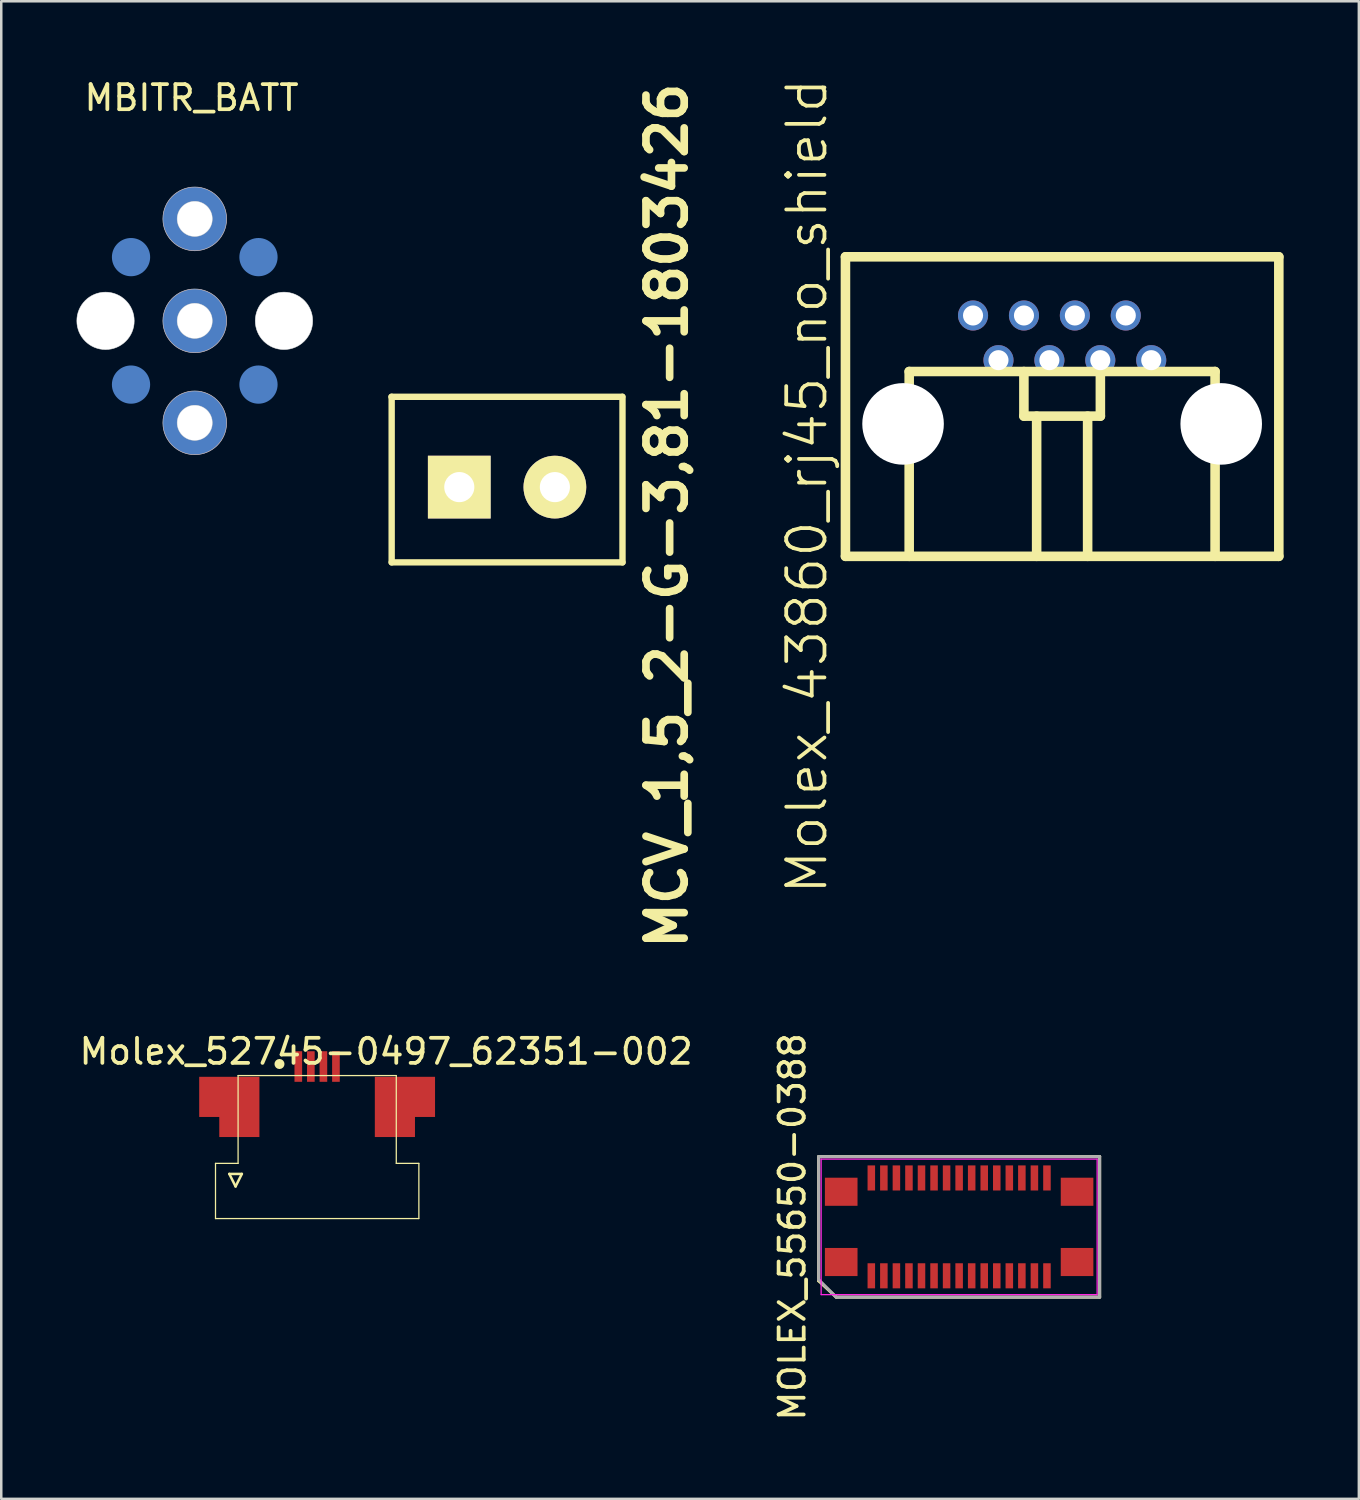
<source format=kicad_pcb>
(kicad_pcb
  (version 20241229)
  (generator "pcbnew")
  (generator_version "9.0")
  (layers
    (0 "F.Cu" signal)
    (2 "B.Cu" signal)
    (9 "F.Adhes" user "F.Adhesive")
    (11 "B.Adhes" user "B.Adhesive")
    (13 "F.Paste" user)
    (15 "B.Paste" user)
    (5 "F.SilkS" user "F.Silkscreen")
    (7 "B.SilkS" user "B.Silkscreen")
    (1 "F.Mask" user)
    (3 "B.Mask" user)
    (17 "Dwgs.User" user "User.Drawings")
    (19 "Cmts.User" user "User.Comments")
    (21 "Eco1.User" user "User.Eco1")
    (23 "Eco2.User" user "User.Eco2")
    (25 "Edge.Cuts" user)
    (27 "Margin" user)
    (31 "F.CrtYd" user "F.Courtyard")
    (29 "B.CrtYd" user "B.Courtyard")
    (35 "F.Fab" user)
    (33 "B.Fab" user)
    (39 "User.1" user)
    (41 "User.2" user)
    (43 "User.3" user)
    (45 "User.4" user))
  (footprint "MBITR_BATT"
    (layer "F.Cu")
    (at 4.712 9.738)
    (property "Reference" "MBITR_BATT" (at -0.127 -8.89 0) (layer "F.SilkS") (effects (font (size 1 1) (thickness 0.15))))
    (attr through_hole)
    (fp_circle (center -3.556 0) (end -2.642 0) (stroke (width 0.025) (type solid)) (fill no) (layer "Dwgs.User"))
    (fp_circle (center -3.556 0) (end -2.413 0) (stroke (width 0.025) (type solid)) (fill no) (layer "Dwgs.User"))
    (fp_circle (center 0 -4.064) (end 0.699 -4.064) (stroke (width 0.025) (type solid)) (fill no) (layer "Dwgs.User"))
    (fp_circle (center 0 -4.064) (end 1.27 -4.064) (stroke (width 0.025) (type solid)) (fill no) (layer "Dwgs.User"))
    (fp_circle (center 0 0) (end 0.699 0) (stroke (width 0.025) (type solid)) (fill no) (layer "Dwgs.User"))
    (fp_circle (center 0 0) (end 1.27 0) (stroke (width 0.025) (type solid)) (fill no) (layer "Dwgs.User"))
    (fp_circle (center 0 4.064) (end 0.699 4.064) (stroke (width 0.025) (type solid)) (fill no) (layer "Dwgs.User"))
    (fp_circle (center 0 4.064) (end 1.27 4.064) (stroke (width 0.025) (type solid)) (fill no) (layer "Dwgs.User"))
    (fp_circle (center 3.556 0) (end 4.47 0) (stroke (width 0.025) (type solid)) (fill no) (layer "Dwgs.User"))
    (fp_circle (center 3.556 0) (end 4.699 0) (stroke (width 0.025) (type solid)) (fill no) (layer "Dwgs.User"))
    (pad "" np_thru_hole circle (at -3.556 0) (size 2.286 2.286) (drill 2.286) (layers "*.Cu" "*.Mask"))
    (pad "" np_thru_hole circle (at 3.556 0) (size 2.286 2.286) (drill 2.286) (layers "*.Cu" "*.Mask"))
    (pad "1" thru_hole circle (at 0 0) (size 2.54 2.54) (drill 1.397) (layers "*.Cu" "*.Mask"))
    (pad "2" thru_hole circle (at 0 -4.064) (size 2.54 2.54) (drill 1.397) (layers "*.Cu" "*.Mask"))
    (pad "2" thru_hole circle (at 0 4.064) (size 2.54 2.54) (drill 1.397) (layers "*.Cu" "*.Mask"))
    (pad "3" smd circle (at -2.54 -2.54) (size 1.524 1.524) (layers "B.Cu"))
    (pad "3" smd circle (at -2.54 2.54) (size 1.524 1.524) (layers "B.Cu"))
    (pad "3" smd circle (at 2.54 -2.54) (size 1.524 1.524) (layers "B.Cu"))
    (pad "3" smd circle (at 2.54 2.54) (size 1.524 1.524) (layers "B.Cu")))
  (footprint "Molex_43860_rj45_no_shield"
    (layer "F.Cu")
    (at 39.282 13.789)
    (property "Reference" "Molex_43860_rj45_no_shield" (at -10.17 2.54 90) (layer "F.SilkS") (effects (font (size 1.524 1.524) (thickness 0.15))))
    (attr through_hole)
    (fp_line (start -8.636 -6.604) (end -8.636 5.334) (stroke (width 0.381) (type solid)) (layer "F.SilkS"))
    (fp_line (start -8.636 -6.604) (end 8.636 -6.604) (stroke (width 0.381) (type solid)) (layer "F.SilkS"))
    (fp_line (start -6.096 -2.032) (end 6.096 -2.032) (stroke (width 0.381) (type solid)) (layer "F.SilkS"))
    (fp_line (start -6.096 5.334) (end -6.096 -2.032) (stroke (width 0.381) (type solid)) (layer "F.SilkS"))
    (fp_line (start -1.524 -0.254) (end -1.524 -2.032) (stroke (width 0.381) (type solid)) (layer "F.SilkS"))
    (fp_line (start -1.016 5.334) (end -1.016 -0.254) (stroke (width 0.381) (type solid)) (layer "F.SilkS"))
    (fp_line (start 1.016 -0.254) (end 1.016 5.334) (stroke (width 0.381) (type solid)) (layer "F.SilkS"))
    (fp_line (start 1.524 -2.032) (end 1.524 -0.254) (stroke (width 0.381) (type solid)) (layer "F.SilkS"))
    (fp_line (start 1.524 -0.254) (end -1.524 -0.254) (stroke (width 0.381) (type solid)) (layer "F.SilkS"))
    (fp_line (start 6.096 -2.032) (end 6.096 5.334) (stroke (width 0.381) (type solid)) (layer "F.SilkS"))
    (fp_line (start 8.636 5.334) (end -8.636 5.334) (stroke (width 0.381) (type solid)) (layer "F.SilkS"))
    (fp_line (start 8.636 5.334) (end 8.636 -6.604) (stroke (width 0.381) (type solid)) (layer "F.SilkS"))
    (pad "" np_thru_hole circle (at -6.34 0.056) (size 3.251 3.251) (drill 3.251) (layers "*.Cu"))
    (pad "" np_thru_hole circle (at 6.34 0.056) (size 3.251 3.251) (drill 3.251) (layers "*.Cu"))
    (pad "1" thru_hole circle (at 3.551 -2.484) (size 1.199 1.199) (drill 0.8) (layers "*.Cu" "*.Mask"))
    (pad "2" thru_hole circle (at 2.537 -4.265) (size 1.199 1.199) (drill 0.8) (layers "*.Cu" "*.Mask"))
    (pad "3" thru_hole circle (at 1.521 -2.484) (size 1.199 1.199) (drill 0.8) (layers "*.Cu" "*.Mask"))
    (pad "4" thru_hole circle (at 0.508 -4.265) (size 1.199 1.199) (drill 0.8) (layers "*.Cu" "*.Mask"))
    (pad "5" thru_hole circle (at -0.508 -2.484) (size 1.199 1.199) (drill 0.8) (layers "*.Cu" "*.Mask"))
    (pad "6" thru_hole circle (at -1.521 -4.265) (size 1.199 1.199) (drill 0.8) (layers "*.Cu" "*.Mask"))
    (pad "7" thru_hole circle (at -2.537 -2.484) (size 1.199 1.199) (drill 0.8) (layers "*.Cu" "*.Mask"))
    (pad "8" thru_hole circle (at -3.551 -4.265) (size 1.199 1.199) (drill 0.8) (layers "*.Cu" "*.Mask")))
  (footprint "MOLEX_55650-0388"
    (layer "F.Cu")
    (at 35.177 45.848)
    (property "Reference" "MOLEX_55650-0388" (at -6.65 0 90) (layer "F.SilkS") (effects (font (size 1 1) (thickness 0.15))))
    (attr smd)
    (fp_line (start -5.6 -2.8) (end 5.6 -2.8) (stroke (width 0.12) (type solid)) (layer "F.SilkS"))
    (fp_line (start -5.6 2.15) (end -5.6 -2.8) (stroke (width 0.12) (type solid)) (layer "F.SilkS"))
    (fp_line (start -4.9 2.8) (end -5.6 2.15) (stroke (width 0.12) (type solid)) (layer "F.SilkS"))
    (fp_line (start 5.6 -2.8) (end 5.6 2.8) (stroke (width 0.12) (type solid)) (layer "F.SilkS"))
    (fp_line (start 5.6 2.8) (end -4.9 2.8) (stroke (width 0.12) (type solid)) (layer "F.SilkS"))
    (fp_line (start -5.5 -2.7) (end 5.5 -2.7) (stroke (width 0.05) (type solid)) (layer "F.CrtYd"))
    (fp_line (start -5.5 2.7) (end -5.5 -2.7) (stroke (width 0.05) (type solid)) (layer "F.CrtYd"))
    (fp_line (start 5.5 -2.7) (end 5.5 2.7) (stroke (width 0.05) (type solid)) (layer "F.CrtYd"))
    (fp_line (start 5.5 2.7) (end -5.5 2.7) (stroke (width 0.05) (type solid)) (layer "F.CrtYd"))
    (fp_line (start -5.6 -2.8) (end 5.6 -2.8) (stroke (width 0.12) (type solid)) (layer "F.Fab"))
    (fp_line (start -5.6 2.1) (end -5.6 -2.8) (stroke (width 0.12) (type solid)) (layer "F.Fab"))
    (fp_line (start -4.9 2.8) (end -5.6 2.1) (stroke (width 0.12) (type solid)) (layer "F.Fab"))
    (fp_line (start 5.6 -2.8) (end 5.6 2.8) (stroke (width 0.12) (type solid)) (layer "F.Fab"))
    (fp_line (start 5.6 2.8) (end -4.9 2.8) (stroke (width 0.12) (type solid)) (layer "F.Fab"))
    (pad "1" smd rect (at -3.5 1.95) (size 0.3 1) (layers "F.Cu" "F.Mask" "F.Paste"))
    (pad "2" smd rect (at -3.5 -1.95) (size 0.3 1) (layers "F.Cu" "F.Mask" "F.Paste"))
    (pad "3" smd rect (at -3 1.95) (size 0.3 1) (layers "F.Cu" "F.Mask" "F.Paste"))
    (pad "4" smd rect (at -3 -1.95) (size 0.3 1) (layers "F.Cu" "F.Mask" "F.Paste"))
    (pad "5" smd rect (at -2.5 1.95) (size 0.3 1) (layers "F.Cu" "F.Mask" "F.Paste"))
    (pad "6" smd rect (at -2.5 -1.95) (size 0.3 1) (layers "F.Cu" "F.Mask" "F.Paste"))
    (pad "7" smd rect (at -2 1.95) (size 0.3 1) (layers "F.Cu" "F.Mask" "F.Paste"))
    (pad "8" smd rect (at -2 -1.95) (size 0.3 1) (layers "F.Cu" "F.Mask" "F.Paste"))
    (pad "9" smd rect (at -1.5 1.95) (size 0.3 1) (layers "F.Cu" "F.Mask" "F.Paste"))
    (pad "10" smd rect (at -1.5 -1.95) (size 0.3 1) (layers "F.Cu" "F.Mask" "F.Paste"))
    (pad "11" smd rect (at -1 1.95) (size 0.3 1) (layers "F.Cu" "F.Mask" "F.Paste"))
    (pad "12" smd rect (at -1 -1.95) (size 0.3 1) (layers "F.Cu" "F.Mask" "F.Paste"))
    (pad "13" smd rect (at -0.5 1.95) (size 0.3 1) (layers "F.Cu" "F.Mask" "F.Paste"))
    (pad "14" smd rect (at -0.5 -1.95) (size 0.3 1) (layers "F.Cu" "F.Mask" "F.Paste"))
    (pad "15" smd rect (at 0 1.95) (size 0.3 1) (layers "F.Cu" "F.Mask" "F.Paste"))
    (pad "16" smd rect (at 0 -1.95) (size 0.3 1) (layers "F.Cu" "F.Mask" "F.Paste"))
    (pad "17" smd rect (at 0.5 1.95) (size 0.3 1) (layers "F.Cu" "F.Mask" "F.Paste"))
    (pad "18" smd rect (at 0.5 -1.95) (size 0.3 1) (layers "F.Cu" "F.Mask" "F.Paste"))
    (pad "19" smd rect (at 1 1.95) (size 0.3 1) (layers "F.Cu" "F.Mask" "F.Paste"))
    (pad "20" smd rect (at 1 -1.95) (size 0.3 1) (layers "F.Cu" "F.Mask" "F.Paste"))
    (pad "21" smd rect (at 1.5 1.95) (size 0.3 1) (layers "F.Cu" "F.Mask" "F.Paste"))
    (pad "22" smd rect (at 1.5 -1.95) (size 0.3 1) (layers "F.Cu" "F.Mask" "F.Paste"))
    (pad "23" smd rect (at 2 1.95) (size 0.3 1) (layers "F.Cu" "F.Mask" "F.Paste"))
    (pad "24" smd rect (at 2 -1.95) (size 0.3 1) (layers "F.Cu" "F.Mask" "F.Paste"))
    (pad "25" smd rect (at 2.5 1.95) (size 0.3 1) (layers "F.Cu" "F.Mask" "F.Paste"))
    (pad "26" smd rect (at 2.5 -1.95) (size 0.3 1) (layers "F.Cu" "F.Mask" "F.Paste"))
    (pad "27" smd rect (at 3 1.95) (size 0.3 1) (layers "F.Cu" "F.Mask" "F.Paste"))
    (pad "28" smd rect (at 3 -1.95) (size 0.3 1) (layers "F.Cu" "F.Mask" "F.Paste"))
    (pad "29" smd rect (at 3.5 1.95) (size 0.3 1) (layers "F.Cu" "F.Mask" "F.Paste"))
    (pad "30" smd rect (at 3.5 -1.95) (size 0.3 1) (layers "F.Cu" "F.Mask" "F.Paste"))
    (pad "31" smd rect (at -4.7 1.4) (size 1.3 1.12) (layers "F.Cu" "F.Mask" "F.Paste"))
    (pad "32" smd rect (at -4.7 -1.4) (size 1.3 1.12) (layers "F.Cu" "F.Mask" "F.Paste"))
    (pad "33" smd rect (at 4.7 1.4) (size 1.3 1.12) (layers "F.Cu" "F.Mask" "F.Paste"))
    (pad "34" smd rect (at 4.7 -1.4) (size 1.3 1.12) (layers "F.Cu" "F.Mask" "F.Paste")))
  (footprint "MCV_1,5_2-G-3,81-1803426"
    (layer "F.Cu")
    (at 17.16 16.364)
    (property "Reference" "MCV_1,5_2-G-3,81-1803426" (at 6.37 1.14 270) (layer "F.SilkS") (effects (font (size 1.524 1.524) (thickness 0.305))))
    (attr through_hole)
    (fp_line (start -4.61 -3.6) (end 4.59 -3.6) (stroke (width 0.254) (type solid)) (layer "F.SilkS"))
    (fp_line (start -4.6 3) (end -4.6 -3.6) (stroke (width 0.254) (type solid)) (layer "F.SilkS"))
    (fp_line (start 4.6 3) (end -4.6 3) (stroke (width 0.254) (type solid)) (layer "F.SilkS"))
    (fp_line (start 4.6 3) (end 4.6 -3.6) (stroke (width 0.254) (type solid)) (layer "F.SilkS"))
    (pad "1" thru_hole rect (at -1.905 0) (size 2.5 2.5) (drill 1.2) (layers "*.Cu" "*.Mask" "F.SilkS"))
    (pad "2" thru_hole circle (at 1.905 0) (size 2.5 2.5) (drill 1.2) (layers "*.Cu" "*.Mask" "F.SilkS")))
  (footprint "Molex_52745-0497_62351-002"
    (layer "F.Cu")
    (at 9.589 40.607)
    (property "Reference" "Molex_52745-0497_62351-002" (at 2.75 -1.75 0) (layer "F.SilkS") (effects (font (size 1 1) (thickness 0.15))))
    (attr smd)
    (fp_line (start -4.05 2.71) (end -4.05 4.91) (stroke (width 0.05) (type solid)) (layer "F.SilkS"))
    (fp_line (start -4.05 4.91) (end 4.05 4.91) (stroke (width 0.05) (type solid)) (layer "F.SilkS"))
    (fp_line (start -3.5 3.13) (end -3.25 3.63) (stroke (width 0.1) (type solid)) (layer "F.SilkS"))
    (fp_line (start -3.25 3.63) (end -3 3.13) (stroke (width 0.1) (type solid)) (layer "F.SilkS"))
    (fp_line (start -3.15 -0.79) (end -3.15 2.71) (stroke (width 0.05) (type solid)) (layer "F.SilkS"))
    (fp_line (start -3.15 -0.79) (end 3.15 -0.79) (stroke (width 0.05) (type solid)) (layer "F.SilkS"))
    (fp_line (start -3.15 2.71) (end -4.05 2.71) (stroke (width 0.05) (type solid)) (layer "F.SilkS"))
    (fp_line (start -3 3.13) (end -3.5 3.13) (stroke (width 0.1) (type solid)) (layer "F.SilkS"))
    (fp_line (start 3.155 -0.79) (end 3.155 2.71) (stroke (width 0.05) (type solid)) (layer "F.SilkS"))
    (fp_line (start 3.155 2.71) (end 4.055 2.71) (stroke (width 0.05) (type solid)) (layer "F.SilkS"))
    (fp_line (start 4.055 2.71) (end 4.055 4.91) (stroke (width 0.05) (type solid)) (layer "F.SilkS"))
    (fp_circle (center -1.5 -1.25) (end -1.4 -1.25) (stroke (width 0.2) (type solid)) (fill no) (layer "F.SilkS"))
    (pad "1" smd rect (at -0.75 -1.15) (size 0.305 1.219) (layers "F.Cu" "F.Mask" "F.Paste"))
    (pad "2" smd rect (at -0.25 -1.15) (size 0.305 1.219) (layers "F.Cu" "F.Mask" "F.Paste"))
    (pad "3" smd rect (at 0.25 -1.15) (size 0.305 1.219) (layers "F.Cu" "F.Mask" "F.Paste"))
    (pad "4" smd rect (at 0.75 -1.15) (size 0.305 1.219) (layers "F.Cu" "F.Mask" "F.Paste"))
    (pad "5" smd custom (at -3.5 0.46 270) (size 0.8 0.8) (layers "F.Cu" "F.Mask" "F.Paste") (options (anchor rect)) (primitives (gr_poly (pts (xy 1.2 -1.2) (xy 1.2 0.4) (xy 0.4 0.4) (xy 0.4 1.2) (xy -1.2 1.2) (xy -1.2 -1.2)) (width 0) (fill yes))))
    (pad "6" smd custom (at 3.5 0.46) (size 0.8 0.8) (layers "F.Cu" "F.Mask" "F.Paste") (options (anchor rect)) (primitives (gr_poly (pts (xy 1.2 -1.2) (xy 1.2 0.4) (xy 0.4 0.4) (xy 0.4 1.2) (xy -1.2 1.2) (xy -1.2 -1.2)) (width 0) (fill yes)))))
  (gr_rect
    (start -3 -3)
    (end 51.108 56.687)
    (stroke (width 0.1) (type default))
    (fill no)
    (layer "Edge.Cuts")))
</source>
